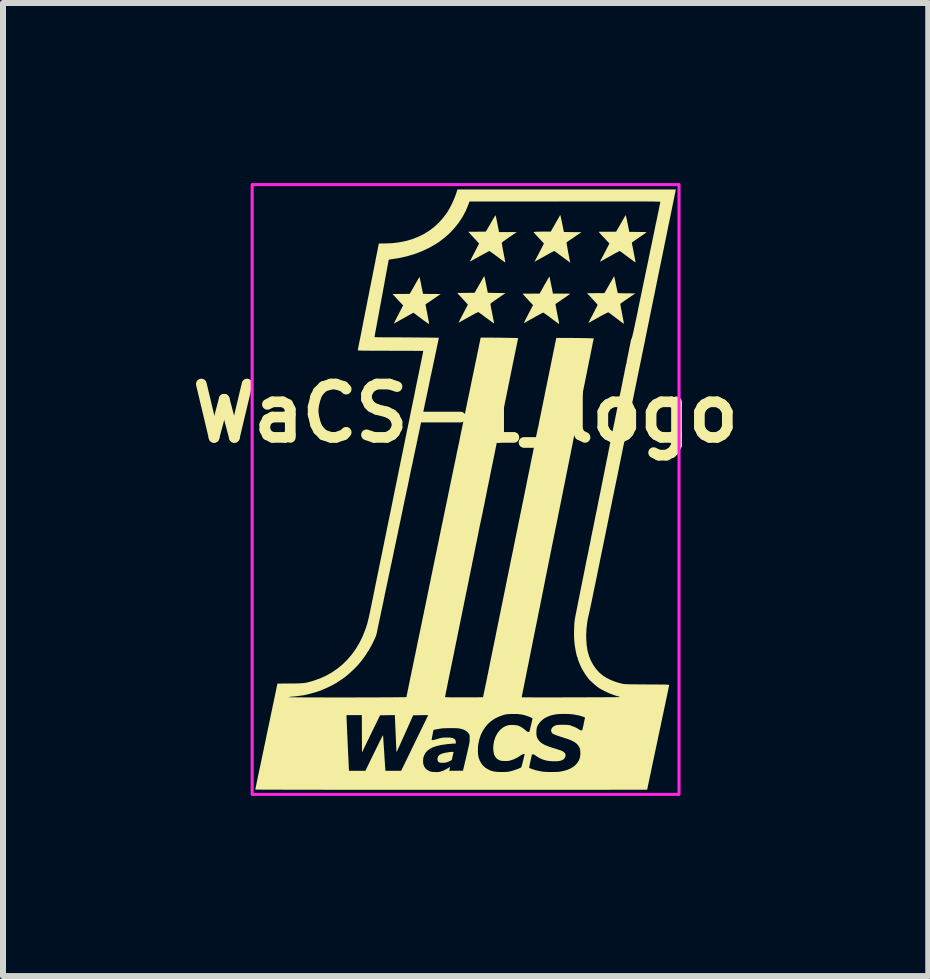
<source format=kicad_pcb>
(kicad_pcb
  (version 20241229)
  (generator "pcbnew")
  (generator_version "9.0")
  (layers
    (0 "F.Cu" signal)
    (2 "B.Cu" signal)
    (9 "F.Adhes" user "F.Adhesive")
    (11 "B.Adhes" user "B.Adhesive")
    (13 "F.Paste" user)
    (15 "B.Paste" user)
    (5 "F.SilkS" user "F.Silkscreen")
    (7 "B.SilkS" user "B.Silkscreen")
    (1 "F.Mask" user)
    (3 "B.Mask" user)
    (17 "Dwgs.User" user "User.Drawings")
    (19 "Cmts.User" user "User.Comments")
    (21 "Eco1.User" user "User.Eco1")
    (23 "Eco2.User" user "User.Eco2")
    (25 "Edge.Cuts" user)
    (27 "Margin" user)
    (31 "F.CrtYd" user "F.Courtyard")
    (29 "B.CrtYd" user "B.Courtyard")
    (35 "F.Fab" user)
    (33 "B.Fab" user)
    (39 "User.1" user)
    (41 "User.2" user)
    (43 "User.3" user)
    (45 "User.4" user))
  (footprint "WaCS-1_logo"
    (layer "F.Cu")
    (at 4.707 5.105)
    (property "Reference" "WaCS-1_logo" (at 0 -1.27 0) (layer "F.SilkS") (effects (font (size 0.889 0.889) (thickness 0.178))))
    (attr exclude_from_pos_files exclude_from_bom)
    (fp_poly (pts (xy -0.206 4.372) (xy -0.201 4.375) (xy -0.2 4.379) (xy -0.201 4.38) (xy -0.203 4.388) (xy -0.207 4.404) (xy -0.212 4.425) (xy -0.217 4.448) (xy -0.231 4.507) (xy -0.256 4.521) (xy -0.297 4.54) (xy -0.337 4.551) (xy -0.377 4.554) (xy -0.398 4.553) (xy -0.418 4.552) (xy -0.431 4.549) (xy -0.432 4.549) (xy -0.451 4.539) (xy -0.464 4.521) (xy -0.469 4.498) (xy -0.469 4.495) (xy -0.466 4.468) (xy -0.457 4.445) (xy -0.44 4.426) (xy -0.415 4.41) (xy -0.383 4.397) (xy -0.341 4.387) (xy -0.292 4.379) (xy -0.259 4.374) (xy -0.234 4.372) (xy -0.217 4.371)) (stroke (width 0) (type solid)) (fill yes) (layer "F.SilkS"))
    (fp_poly (pts (xy -0.765 -3.535) (xy -0.762 -3.521) (xy -0.758 -3.499) (xy -0.753 -3.473) (xy -0.746 -3.442) (xy -0.744 -3.433) (xy -0.738 -3.399) (xy -0.731 -3.366) (xy -0.725 -3.336) (xy -0.72 -3.312) (xy -0.716 -3.295) (xy -0.716 -3.294) (xy -0.708 -3.259) (xy -0.562 -3.258) (xy -0.416 -3.257) (xy -0.52 -3.185) (xy -0.55 -3.164) (xy -0.579 -3.144) (xy -0.605 -3.127) (xy -0.626 -3.113) (xy -0.641 -3.103) (xy -0.646 -3.099) (xy -0.659 -3.09) (xy -0.667 -3.084) (xy -0.668 -3.082) (xy -0.667 -3.077) (xy -0.665 -3.064) (xy -0.661 -3.046) (xy -0.661 -3.043) (xy -0.652 -2.998) (xy -0.643 -2.954) (xy -0.635 -2.911) (xy -0.627 -2.871) (xy -0.621 -2.835) (xy -0.615 -2.805) (xy -0.611 -2.781) (xy -0.609 -2.765) (xy -0.608 -2.757) (xy -0.608 -2.757) (xy -0.612 -2.758) (xy -0.624 -2.765) (xy -0.642 -2.777) (xy -0.666 -2.794) (xy -0.695 -2.815) (xy -0.728 -2.839) (xy -0.739 -2.848) (xy -0.869 -2.945) (xy -0.892 -2.932) (xy -0.903 -2.926) (xy -0.92 -2.917) (xy -0.945 -2.903) (xy -0.974 -2.887) (xy -1.006 -2.869) (xy -1.041 -2.849) (xy -1.055 -2.842) (xy -1.089 -2.823) (xy -1.12 -2.805) (xy -1.147 -2.79) (xy -1.17 -2.778) (xy -1.185 -2.77) (xy -1.194 -2.765) (xy -1.195 -2.764) (xy -1.193 -2.769) (xy -1.188 -2.781) (xy -1.178 -2.8) (xy -1.165 -2.826) (xy -1.15 -2.856) (xy -1.133 -2.89) (xy -1.119 -2.916) (xy -1.041 -3.067) (xy -1.13 -3.162) (xy -1.218 -3.257) (xy -1.075 -3.258) (xy -0.931 -3.259) (xy -0.849 -3.402) (xy -0.83 -3.437) (xy -0.811 -3.468) (xy -0.796 -3.495) (xy -0.783 -3.516) (xy -0.773 -3.532) (xy -0.768 -3.54) (xy -0.767 -3.541)) (stroke (width 0) (type solid)) (fill yes) (layer "F.SilkS"))
    (fp_poly (pts (xy 0.313 -3.55) (xy 0.316 -3.537) (xy 0.321 -3.516) (xy 0.327 -3.488) (xy 0.334 -3.456) (xy 0.341 -3.421) (xy 0.342 -3.416) (xy 0.37 -3.277) (xy 0.517 -3.274) (xy 0.664 -3.272) (xy 0.627 -3.246) (xy 0.61 -3.235) (xy 0.588 -3.22) (xy 0.561 -3.201) (xy 0.532 -3.181) (xy 0.503 -3.161) (xy 0.501 -3.16) (xy 0.475 -3.142) (xy 0.452 -3.125) (xy 0.433 -3.111) (xy 0.42 -3.1) (xy 0.413 -3.094) (xy 0.413 -3.093) (xy 0.414 -3.086) (xy 0.417 -3.07) (xy 0.421 -3.046) (xy 0.427 -3.014) (xy 0.435 -2.976) (xy 0.443 -2.932) (xy 0.453 -2.883) (xy 0.463 -2.83) (xy 0.467 -2.809) (xy 0.471 -2.79) (xy 0.473 -2.775) (xy 0.473 -2.767) (xy 0.473 -2.767) (xy 0.469 -2.769) (xy 0.457 -2.777) (xy 0.44 -2.79) (xy 0.417 -2.806) (xy 0.39 -2.826) (xy 0.36 -2.848) (xy 0.349 -2.856) (xy 0.318 -2.879) (xy 0.289 -2.901) (xy 0.263 -2.92) (xy 0.242 -2.935) (xy 0.227 -2.946) (xy 0.218 -2.952) (xy 0.217 -2.953) (xy 0.213 -2.954) (xy 0.206 -2.953) (xy 0.197 -2.95) (xy 0.183 -2.944) (xy 0.165 -2.935) (xy 0.14 -2.921) (xy 0.108 -2.904) (xy 0.084 -2.89) (xy 0.049 -2.871) (xy 0.015 -2.852) (xy -0.016 -2.835) (xy -0.044 -2.819) (xy -0.066 -2.807) (xy -0.079 -2.8) (xy -0.119 -2.778) (xy -0.052 -2.908) (xy -0.034 -2.942) (xy -0.017 -2.975) (xy -0.002 -3.004) (xy 0.011 -3.029) (xy 0.02 -3.047) (xy 0.026 -3.058) (xy 0.026 -3.058) (xy 0.038 -3.079) (xy 0.023 -3.097) (xy 0.015 -3.106) (xy 0.001 -3.121) (xy -0.017 -3.141) (xy -0.037 -3.162) (xy -0.051 -3.178) (xy -0.072 -3.2) (xy -0.091 -3.221) (xy -0.108 -3.239) (xy -0.12 -3.252) (xy -0.125 -3.258) (xy -0.138 -3.274) (xy 0.006 -3.276) (xy 0.15 -3.277) (xy 0.229 -3.416) (xy 0.249 -3.45) (xy 0.267 -3.481) (xy 0.282 -3.508) (xy 0.295 -3.53) (xy 0.305 -3.546) (xy 0.31 -3.554) (xy 0.311 -3.555)) (stroke (width 0) (type solid)) (fill yes) (layer "F.SilkS"))
    (fp_poly (pts (xy 1.579 -4.569) (xy 1.582 -4.556) (xy 1.587 -4.536) (xy 1.592 -4.51) (xy 1.599 -4.479) (xy 1.604 -4.456) (xy 1.611 -4.421) (xy 1.618 -4.388) (xy 1.624 -4.359) (xy 1.628 -4.335) (xy 1.632 -4.319) (xy 1.633 -4.314) (xy 1.638 -4.29) (xy 1.784 -4.288) (xy 1.93 -4.287) (xy 1.867 -4.244) (xy 1.842 -4.227) (xy 1.815 -4.209) (xy 1.788 -4.19) (xy 1.76 -4.171) (xy 1.735 -4.154) (xy 1.713 -4.139) (xy 1.696 -4.127) (xy 1.685 -4.119) (xy 1.682 -4.116) (xy 1.682 -4.111) (xy 1.684 -4.097) (xy 1.687 -4.076) (xy 1.692 -4.049) (xy 1.697 -4.017) (xy 1.704 -3.983) (xy 1.71 -3.947) (xy 1.717 -3.911) (xy 1.724 -3.875) (xy 1.73 -3.843) (xy 1.736 -3.814) (xy 1.741 -3.791) (xy 1.741 -3.788) (xy 1.743 -3.781) (xy 1.742 -3.779) (xy 1.738 -3.782) (xy 1.727 -3.791) (xy 1.709 -3.804) (xy 1.687 -3.82) (xy 1.66 -3.84) (xy 1.629 -3.863) (xy 1.614 -3.874) (xy 1.582 -3.898) (xy 1.553 -3.919) (xy 1.528 -3.938) (xy 1.506 -3.954) (xy 1.491 -3.965) (xy 1.482 -3.971) (xy 1.481 -3.972) (xy 1.478 -3.972) (xy 1.474 -3.971) (xy 1.467 -3.968) (xy 1.456 -3.963) (xy 1.442 -3.956) (xy 1.422 -3.946) (xy 1.397 -3.932) (xy 1.365 -3.914) (xy 1.325 -3.892) (xy 1.288 -3.871) (xy 1.257 -3.854) (xy 1.228 -3.838) (xy 1.202 -3.824) (xy 1.182 -3.813) (xy 1.168 -3.805) (xy 1.164 -3.803) (xy 1.146 -3.794) (xy 1.162 -3.821) (xy 1.168 -3.833) (xy 1.178 -3.852) (xy 1.192 -3.878) (xy 1.207 -3.908) (xy 1.224 -3.941) (xy 1.241 -3.973) (xy 1.305 -4.098) (xy 1.219 -4.191) (xy 1.195 -4.217) (xy 1.174 -4.24) (xy 1.156 -4.26) (xy 1.142 -4.276) (xy 1.134 -4.286) (xy 1.132 -4.289) (xy 1.137 -4.291) (xy 1.152 -4.292) (xy 1.178 -4.294) (xy 1.212 -4.295) (xy 1.257 -4.296) (xy 1.276 -4.296) (xy 1.419 -4.297) (xy 1.497 -4.434) (xy 1.516 -4.468) (xy 1.534 -4.499) (xy 1.55 -4.526) (xy 1.562 -4.548) (xy 1.571 -4.563) (xy 1.576 -4.572) (xy 1.577 -4.573)) (stroke (width 0) (type solid)) (fill yes) (layer "F.SilkS"))
    (fp_poly (pts (xy 1.404 -3.516) (xy 1.407 -3.5) (xy 1.412 -3.477) (xy 1.418 -3.447) (xy 1.425 -3.414) (xy 1.432 -3.38) (xy 1.434 -3.373) (xy 1.455 -3.264) (xy 1.601 -3.264) (xy 1.644 -3.264) (xy 1.677 -3.264) (xy 1.703 -3.264) (xy 1.72 -3.263) (xy 1.732 -3.262) (xy 1.738 -3.261) (xy 1.74 -3.259) (xy 1.739 -3.257) (xy 1.733 -3.253) (xy 1.72 -3.243) (xy 1.7 -3.229) (xy 1.676 -3.212) (xy 1.648 -3.193) (xy 1.617 -3.172) (xy 1.614 -3.17) (xy 1.584 -3.149) (xy 1.556 -3.13) (xy 1.533 -3.114) (xy 1.514 -3.101) (xy 1.502 -3.093) (xy 1.496 -3.089) (xy 1.496 -3.089) (xy 1.497 -3.084) (xy 1.5 -3.07) (xy 1.504 -3.049) (xy 1.509 -3.021) (xy 1.515 -2.987) (xy 1.523 -2.95) (xy 1.528 -2.923) (xy 1.536 -2.883) (xy 1.543 -2.847) (xy 1.549 -2.815) (xy 1.554 -2.789) (xy 1.557 -2.77) (xy 1.559 -2.758) (xy 1.559 -2.756) (xy 1.555 -2.758) (xy 1.544 -2.766) (xy 1.528 -2.777) (xy 1.508 -2.791) (xy 1.504 -2.794) (xy 1.458 -2.829) (xy 1.417 -2.86) (xy 1.381 -2.887) (xy 1.35 -2.909) (xy 1.325 -2.927) (xy 1.307 -2.939) (xy 1.296 -2.946) (xy 1.293 -2.948) (xy 1.287 -2.945) (xy 1.274 -2.939) (xy 1.254 -2.928) (xy 1.228 -2.914) (xy 1.197 -2.897) (xy 1.163 -2.878) (xy 1.13 -2.859) (xy 1.093 -2.839) (xy 1.059 -2.82) (xy 1.03 -2.804) (xy 1.005 -2.79) (xy 0.986 -2.78) (xy 0.974 -2.774) (xy 0.97 -2.772) (xy 0.972 -2.777) (xy 0.978 -2.79) (xy 0.988 -2.809) (xy 1 -2.835) (xy 1.016 -2.865) (xy 1.033 -2.899) (xy 1.046 -2.923) (xy 1.123 -3.072) (xy 1.108 -3.088) (xy 1.1 -3.097) (xy 1.086 -3.112) (xy 1.068 -3.131) (xy 1.048 -3.153) (xy 1.032 -3.17) (xy 1.011 -3.192) (xy 0.992 -3.213) (xy 0.976 -3.231) (xy 0.965 -3.243) (xy 0.96 -3.249) (xy 0.948 -3.262) (xy 1.09 -3.263) (xy 1.233 -3.264) (xy 1.296 -3.375) (xy 1.314 -3.408) (xy 1.332 -3.439) (xy 1.349 -3.468) (xy 1.363 -3.492) (xy 1.373 -3.511) (xy 1.378 -3.518) (xy 1.396 -3.55)) (stroke (width 0) (type solid)) (fill yes) (layer "F.SilkS"))
    (fp_poly (pts (xy 2.476 -3.548) (xy 2.479 -3.535) (xy 2.484 -3.515) (xy 2.49 -3.488) (xy 2.496 -3.456) (xy 2.503 -3.421) (xy 2.504 -3.418) (xy 2.511 -3.382) (xy 2.518 -3.349) (xy 2.524 -3.321) (xy 2.529 -3.298) (xy 2.532 -3.283) (xy 2.534 -3.276) (xy 2.534 -3.276) (xy 2.537 -3.274) (xy 2.546 -3.272) (xy 2.561 -3.271) (xy 2.584 -3.27) (xy 2.615 -3.269) (xy 2.654 -3.268) (xy 2.681 -3.268) (xy 2.827 -3.267) (xy 2.756 -3.218) (xy 2.707 -3.185) (xy 2.665 -3.156) (xy 2.631 -3.132) (xy 2.605 -3.114) (xy 2.588 -3.101) (xy 2.579 -3.093) (xy 2.577 -3.092) (xy 2.578 -3.086) (xy 2.58 -3.072) (xy 2.584 -3.05) (xy 2.589 -3.021) (xy 2.596 -2.987) (xy 2.603 -2.95) (xy 2.608 -2.924) (xy 2.616 -2.884) (xy 2.622 -2.848) (xy 2.628 -2.817) (xy 2.633 -2.791) (xy 2.636 -2.773) (xy 2.637 -2.762) (xy 2.637 -2.76) (xy 2.633 -2.763) (xy 2.621 -2.771) (xy 2.603 -2.784) (xy 2.58 -2.801) (xy 2.553 -2.822) (xy 2.523 -2.844) (xy 2.509 -2.854) (xy 2.478 -2.878) (xy 2.449 -2.9) (xy 2.424 -2.918) (xy 2.403 -2.934) (xy 2.388 -2.945) (xy 2.379 -2.951) (xy 2.378 -2.952) (xy 2.372 -2.95) (xy 2.358 -2.944) (xy 2.338 -2.934) (xy 2.312 -2.921) (xy 2.282 -2.905) (xy 2.249 -2.887) (xy 2.235 -2.879) (xy 2.2 -2.859) (xy 2.166 -2.841) (xy 2.135 -2.823) (xy 2.108 -2.809) (xy 2.087 -2.797) (xy 2.074 -2.79) (xy 2.071 -2.789) (xy 2.044 -2.773) (xy 2.082 -2.847) (xy 2.109 -2.898) (xy 2.131 -2.941) (xy 2.15 -2.976) (xy 2.164 -3.005) (xy 2.176 -3.028) (xy 2.184 -3.045) (xy 2.191 -3.058) (xy 2.195 -3.067) (xy 2.197 -3.073) (xy 2.197 -3.076) (xy 2.197 -3.078) (xy 2.195 -3.082) (xy 2.187 -3.092) (xy 2.175 -3.106) (xy 2.157 -3.126) (xy 2.134 -3.151) (xy 2.104 -3.183) (xy 2.068 -3.222) (xy 2.051 -3.24) (xy 2.023 -3.269) (xy 2.168 -3.271) (xy 2.313 -3.272) (xy 2.393 -3.411) (xy 2.412 -3.445) (xy 2.43 -3.476) (xy 2.446 -3.504) (xy 2.459 -3.526) (xy 2.468 -3.542) (xy 2.473 -3.551) (xy 2.474 -3.552)) (stroke (width 0) (type solid)) (fill yes) (layer "F.SilkS"))
    (fp_poly (pts (xy 0.502 -4.562) (xy 0.506 -4.547) (xy 0.51 -4.524) (xy 0.516 -4.496) (xy 0.523 -4.463) (xy 0.53 -4.427) (xy 0.53 -4.426) (xy 0.557 -4.289) (xy 0.706 -4.289) (xy 0.854 -4.289) (xy 0.834 -4.276) (xy 0.801 -4.254) (xy 0.767 -4.231) (xy 0.734 -4.208) (xy 0.702 -4.186) (xy 0.673 -4.165) (xy 0.648 -4.147) (xy 0.627 -4.132) (xy 0.612 -4.12) (xy 0.604 -4.114) (xy 0.603 -4.112) (xy 0.604 -4.106) (xy 0.606 -4.09) (xy 0.609 -4.067) (xy 0.614 -4.038) (xy 0.62 -4.004) (xy 0.627 -3.966) (xy 0.632 -3.944) (xy 0.639 -3.905) (xy 0.646 -3.869) (xy 0.652 -3.838) (xy 0.656 -3.812) (xy 0.66 -3.793) (xy 0.661 -3.783) (xy 0.661 -3.781) (xy 0.657 -3.784) (xy 0.646 -3.792) (xy 0.628 -3.805) (xy 0.605 -3.821) (xy 0.578 -3.841) (xy 0.548 -3.864) (xy 0.531 -3.877) (xy 0.499 -3.9) (xy 0.469 -3.922) (xy 0.444 -3.94) (xy 0.422 -3.956) (xy 0.407 -3.966) (xy 0.397 -3.972) (xy 0.396 -3.973) (xy 0.39 -3.971) (xy 0.377 -3.964) (xy 0.356 -3.953) (xy 0.33 -3.939) (xy 0.3 -3.922) (xy 0.265 -3.903) (xy 0.232 -3.885) (xy 0.195 -3.864) (xy 0.162 -3.846) (xy 0.132 -3.829) (xy 0.107 -3.816) (xy 0.088 -3.806) (xy 0.076 -3.8) (xy 0.072 -3.798) (xy 0.074 -3.803) (xy 0.08 -3.815) (xy 0.09 -3.835) (xy 0.102 -3.86) (xy 0.118 -3.89) (xy 0.135 -3.924) (xy 0.148 -3.948) (xy 0.225 -4.097) (xy 0.213 -4.11) (xy 0.206 -4.118) (xy 0.193 -4.132) (xy 0.176 -4.151) (xy 0.156 -4.173) (xy 0.135 -4.195) (xy 0.114 -4.218) (xy 0.094 -4.24) (xy 0.077 -4.259) (xy 0.064 -4.273) (xy 0.057 -4.28) (xy 0.045 -4.294) (xy 0.189 -4.294) (xy 0.226 -4.295) (xy 0.26 -4.295) (xy 0.29 -4.295) (xy 0.313 -4.296) (xy 0.329 -4.296) (xy 0.337 -4.297) (xy 0.337 -4.297) (xy 0.34 -4.302) (xy 0.348 -4.315) (xy 0.36 -4.334) (xy 0.374 -4.359) (xy 0.391 -4.388) (xy 0.41 -4.421) (xy 0.419 -4.437) (xy 0.438 -4.471) (xy 0.456 -4.501) (xy 0.472 -4.527) (xy 0.485 -4.547) (xy 0.494 -4.561) (xy 0.499 -4.568) (xy 0.5 -4.568)) (stroke (width 0) (type solid)) (fill yes) (layer "F.SilkS"))
    (fp_poly (pts (xy 2.669 -4.567) (xy 2.672 -4.555) (xy 2.677 -4.534) (xy 2.683 -4.508) (xy 2.69 -4.476) (xy 2.697 -4.441) (xy 2.699 -4.433) (xy 2.727 -4.292) (xy 2.874 -4.291) (xy 2.916 -4.29) (xy 2.95 -4.29) (xy 2.975 -4.289) (xy 2.992 -4.289) (xy 3.004 -4.288) (xy 3.011 -4.287) (xy 3.013 -4.285) (xy 3.012 -4.283) (xy 3.009 -4.28) (xy 3.009 -4.28) (xy 3.001 -4.275) (xy 2.987 -4.264) (xy 2.966 -4.25) (xy 2.941 -4.233) (xy 2.912 -4.213) (xy 2.883 -4.193) (xy 2.853 -4.172) (xy 2.826 -4.154) (xy 2.803 -4.137) (xy 2.785 -4.125) (xy 2.774 -4.116) (xy 2.77 -4.112) (xy 2.77 -4.112) (xy 2.77 -4.107) (xy 2.773 -4.093) (xy 2.777 -4.071) (xy 2.783 -4.042) (xy 2.789 -4.009) (xy 2.796 -3.972) (xy 2.8 -3.952) (xy 2.809 -3.907) (xy 2.816 -3.87) (xy 2.821 -3.842) (xy 2.825 -3.821) (xy 2.828 -3.806) (xy 2.829 -3.795) (xy 2.83 -3.789) (xy 2.83 -3.786) (xy 2.829 -3.785) (xy 2.827 -3.785) (xy 2.827 -3.785) (xy 2.822 -3.788) (xy 2.81 -3.796) (xy 2.792 -3.809) (xy 2.769 -3.826) (xy 2.742 -3.846) (xy 2.711 -3.869) (xy 2.698 -3.879) (xy 2.667 -3.902) (xy 2.638 -3.923) (xy 2.613 -3.942) (xy 2.592 -3.957) (xy 2.577 -3.967) (xy 2.568 -3.972) (xy 2.567 -3.973) (xy 2.561 -3.971) (xy 2.548 -3.964) (xy 2.528 -3.953) (xy 2.502 -3.94) (xy 2.472 -3.924) (xy 2.44 -3.905) (xy 2.432 -3.901) (xy 2.397 -3.882) (xy 2.363 -3.863) (xy 2.332 -3.846) (xy 2.305 -3.831) (xy 2.285 -3.819) (xy 2.271 -3.811) (xy 2.27 -3.811) (xy 2.237 -3.793) (xy 2.282 -3.879) (xy 2.3 -3.912) (xy 2.318 -3.948) (xy 2.337 -3.984) (xy 2.353 -4.016) (xy 2.362 -4.032) (xy 2.396 -4.098) (xy 2.308 -4.193) (xy 2.279 -4.223) (xy 2.257 -4.247) (xy 2.24 -4.265) (xy 2.229 -4.278) (xy 2.222 -4.287) (xy 2.22 -4.292) (xy 2.22 -4.294) (xy 2.223 -4.294) (xy 2.228 -4.294) (xy 2.243 -4.294) (xy 2.265 -4.294) (xy 2.294 -4.294) (xy 2.327 -4.294) (xy 2.364 -4.294) (xy 2.367 -4.294) (xy 2.508 -4.295) (xy 2.586 -4.431) (xy 2.605 -4.465) (xy 2.623 -4.496) (xy 2.639 -4.523) (xy 2.651 -4.545) (xy 2.661 -4.561) (xy 2.666 -4.57) (xy 2.667 -4.571)) (stroke (width 0) (type solid)) (fill yes) (layer "F.SilkS"))
    (fp_poly (pts (xy 3.495 -4.964) (xy 3.494 -4.955) (xy 3.49 -4.936) (xy 3.484 -4.909) (xy 3.477 -4.873) (xy 3.468 -4.83) (xy 3.458 -4.781) (xy 3.447 -4.725) (xy 3.434 -4.664) (xy 3.421 -4.598) (xy 3.406 -4.527) (xy 3.391 -4.454) (xy 3.375 -4.377) (xy 3.361 -4.305) (xy 3.311 -4.061) (xy 3.263 -3.826) (xy 3.216 -3.598) (xy 3.171 -3.377) (xy 3.127 -3.16) (xy 3.083 -2.946) (xy 3.04 -2.734) (xy 2.997 -2.523) (xy 2.954 -2.311) (xy 2.91 -2.097) (xy 2.865 -1.88) (xy 2.82 -1.658) (xy 2.774 -1.431) (xy 2.726 -1.195) (xy 2.701 -1.074) (xy 2.677 -0.958) (xy 2.653 -0.841) (xy 2.629 -0.723) (xy 2.605 -0.606) (xy 2.581 -0.489) (xy 2.558 -0.374) (xy 2.535 -0.261) (xy 2.512 -0.15) (xy 2.49 -0.044) (xy 2.469 0.059) (xy 2.449 0.156) (xy 2.431 0.247) (xy 2.413 0.333) (xy 2.397 0.411) (xy 2.383 0.481) (xy 2.37 0.543) (xy 2.36 0.595) (xy 2.359 0.599) (xy 2.33 0.741) (xy 2.303 0.874) (xy 2.278 0.997) (xy 2.254 1.111) (xy 2.233 1.216) (xy 2.213 1.314) (xy 2.195 1.403) (xy 2.178 1.485) (xy 2.163 1.559) (xy 2.149 1.627) (xy 2.136 1.688) (xy 2.125 1.743) (xy 2.115 1.792) (xy 2.106 1.836) (xy 2.098 1.874) (xy 2.091 1.908) (xy 2.085 1.938) (xy 2.079 1.963) (xy 2.075 1.984) (xy 2.071 2.002) (xy 2.067 2.018) (xy 2.065 2.03) (xy 2.062 2.04) (xy 2.06 2.048) (xy 2.059 2.054) (xy 2.059 2.055) (xy 2.038 2.145) (xy 2.023 2.237) (xy 2.014 2.33) (xy 2.009 2.422) (xy 2.011 2.513) (xy 2.018 2.598) (xy 2.03 2.678) (xy 2.035 2.701) (xy 2.058 2.78) (xy 2.089 2.855) (xy 2.128 2.925) (xy 2.173 2.989) (xy 2.224 3.046) (xy 2.281 3.095) (xy 2.295 3.106) (xy 2.351 3.14) (xy 2.415 3.172) (xy 2.484 3.2) (xy 2.558 3.223) (xy 2.604 3.234) (xy 2.614 3.237) (xy 2.623 3.238) (xy 2.633 3.24) (xy 2.644 3.241) (xy 2.658 3.243) (xy 2.674 3.244) (xy 2.693 3.244) (xy 2.717 3.245) (xy 2.746 3.246) (xy 2.781 3.246) (xy 2.823 3.246) (xy 2.872 3.247) (xy 2.929 3.247) (xy 2.996 3.247) (xy 3.023 3.248) (xy 3.095 3.248) (xy 3.157 3.248) (xy 3.21 3.249) (xy 3.254 3.249) (xy 3.291 3.25) (xy 3.321 3.25) (xy 3.345 3.251) (xy 3.363 3.252) (xy 3.376 3.253) (xy 3.385 3.254) (xy 3.39 3.255) (xy 3.392 3.256) (xy 3.392 3.257) (xy 3.391 3.263) (xy 3.388 3.278) (xy 3.383 3.301) (xy 3.377 3.332) (xy 3.369 3.368) (xy 3.361 3.409) (xy 3.351 3.455) (xy 3.341 3.504) (xy 3.338 3.515) (xy 3.325 3.58) (xy 3.31 3.648) (xy 3.295 3.721) (xy 3.279 3.796) (xy 3.262 3.874) (xy 3.246 3.954) (xy 3.228 4.035) (xy 3.211 4.116) (xy 3.194 4.198) (xy 3.177 4.278) (xy 3.16 4.358) (xy 3.144 4.436) (xy 3.128 4.511) (xy 3.112 4.583) (xy 3.098 4.652) (xy 3.085 4.716) (xy 3.072 4.775) (xy 3.061 4.829) (xy 3.051 4.876) (xy 3.042 4.917) (xy 3.035 4.951) (xy 3.03 4.976) (xy 3.026 4.993) (xy 3.025 5.001) (xy 3.025 5.001) (xy 3.019 5.001) (xy 3.004 5.001) (xy 2.98 5.002) (xy 2.946 5.002) (xy 2.903 5.002) (xy 2.851 5.002) (xy 2.79 5.002) (xy 2.721 5.002) (xy 2.644 5.002) (xy 2.559 5.002) (xy 2.467 5.002) (xy 2.368 5.003) (xy 2.261 5.003) (xy 2.148 5.003) (xy 2.029 5.003) (xy 1.903 5.003) (xy 1.772 5.003) (xy 1.634 5.003) (xy 1.492 5.003) (xy 1.344 5.003) (xy 1.192 5.003) (xy 1.035 5.003) (xy 0.874 5.003) (xy 0.709 5.003) (xy 0.54 5.003) (xy 0.367 5.003) (xy 0.192 5.003) (xy 0.013 5.003) (xy -0.168 5.003) (xy -0.24 5.003) (xy -0.422 5.003) (xy -0.601 5.003) (xy -0.778 5.003) (xy -0.952 5.003) (xy -1.122 5.003) (xy -1.289 5.003) (xy -1.451 5.003) (xy -1.61 5.003) (xy -1.764 5.003) (xy -1.914 5.003) (xy -2.058 5.003) (xy -2.198 5.003) (xy -2.331 5.003) (xy -2.459 5.002) (xy -2.581 5.002) (xy -2.697 5.002) (xy -2.806 5.002) (xy -2.908 5.002) (xy -3.003 5.002) (xy -3.091 5.001) (xy -3.171 5.001) (xy -3.243 5.001) (xy -3.307 5.001) (xy -3.363 5.001) (xy -3.409 5) (xy -3.447 5) (xy -3.475 5) (xy -3.494 5) (xy -3.503 4.999) (xy -3.504 4.999) (xy -3.503 4.994) (xy -3.5 4.979) (xy -3.495 4.956) (xy -3.489 4.926) (xy -3.482 4.89) (xy -3.473 4.849) (xy -3.464 4.804) (xy -3.454 4.755) (xy -3.451 4.743) (xy -3.443 4.705) (xy -3.433 4.657) (xy -3.421 4.602) (xy -3.408 4.54) (xy -3.394 4.471) (xy -3.378 4.397) (xy -3.362 4.319) (xy -3.345 4.238) (xy -3.327 4.154) (xy -3.31 4.069) (xy -3.292 3.984) (xy -3.274 3.899) (xy -3.266 3.863) (xy -3.245 3.759) (xy -1.984 3.759) (xy -1.984 3.781) (xy -1.984 3.789) (xy -1.983 3.807) (xy -1.982 3.833) (xy -1.981 3.867) (xy -1.979 3.908) (xy -1.977 3.956) (xy -1.974 4.009) (xy -1.972 4.067) (xy -1.969 4.128) (xy -1.966 4.193) (xy -1.964 4.244) (xy -1.961 4.31) (xy -1.958 4.373) (xy -1.955 4.432) (xy -1.952 4.487) (xy -1.95 4.537) (xy -1.948 4.581) (xy -1.946 4.618) (xy -1.945 4.648) (xy -1.944 4.67) (xy -1.943 4.683) (xy -1.943 4.686) (xy -1.938 4.686) (xy -1.925 4.687) (xy -1.903 4.687) (xy -1.876 4.687) (xy -1.843 4.687) (xy -1.807 4.687) (xy -1.807 4.687) (xy -1.67 4.687) (xy -1.525 4.389) (xy -1.5 4.338) (xy -1.476 4.289) (xy -1.454 4.245) (xy -1.434 4.204) (xy -1.416 4.169) (xy -1.401 4.14) (xy -1.39 4.117) (xy -1.381 4.102) (xy -1.377 4.095) (xy -1.377 4.095) (xy -1.376 4.1) (xy -1.374 4.115) (xy -1.372 4.138) (xy -1.37 4.169) (xy -1.368 4.205) (xy -1.365 4.247) (xy -1.362 4.294) (xy -1.358 4.344) (xy -1.357 4.363) (xy -1.354 4.415) (xy -1.351 4.465) (xy -1.348 4.512) (xy -1.345 4.554) (xy -1.343 4.59) (xy -1.341 4.62) (xy -1.339 4.642) (xy -1.338 4.656) (xy -1.338 4.658) (xy -1.335 4.687) (xy -1.204 4.687) (xy -1.074 4.687) (xy -0.996 4.527) (xy -0.709 4.527) (xy -0.705 4.572) (xy -0.692 4.611) (xy -0.671 4.644) (xy -0.642 4.671) (xy -0.604 4.692) (xy -0.59 4.698) (xy -0.571 4.702) (xy -0.545 4.706) (xy -0.515 4.707) (xy -0.484 4.708) (xy -0.456 4.707) (xy -0.433 4.704) (xy -0.426 4.702) (xy -0.374 4.685) (xy -0.326 4.662) (xy -0.302 4.648) (xy -0.259 4.621) (xy -0.262 4.637) (xy -0.266 4.655) (xy -0.269 4.671) (xy -0.272 4.687) (xy -0.158 4.686) (xy -0.044 4.685) (xy 0.012 4.45) (xy 0.025 4.395) (xy 0.035 4.349) (xy 0.041 4.324) (xy 0.205 4.324) (xy 0.205 4.367) (xy 0.208 4.407) (xy 0.212 4.442) (xy 0.217 4.465) (xy 0.236 4.518) (xy 0.263 4.565) (xy 0.296 4.606) (xy 0.335 4.639) (xy 0.34 4.642) (xy 0.375 4.663) (xy 0.41 4.68) (xy 0.446 4.692) (xy 0.486 4.7) (xy 0.532 4.705) (xy 0.584 4.707) (xy 0.604 4.707) (xy 0.639 4.707) (xy 0.667 4.706) (xy 0.689 4.705) (xy 0.71 4.702) (xy 0.731 4.698) (xy 0.746 4.695) (xy 0.769 4.689) (xy 0.796 4.681) (xy 0.824 4.672) (xy 0.853 4.662) (xy 0.879 4.652) (xy 0.902 4.642) (xy 0.916 4.636) (xy 1.059 4.636) (xy 1.059 4.637) (xy 1.065 4.641) (xy 1.078 4.646) (xy 1.098 4.654) (xy 1.12 4.662) (xy 1.145 4.67) (xy 1.169 4.677) (xy 1.189 4.682) (xy 1.215 4.688) (xy 1.246 4.694) (xy 1.274 4.699) (xy 1.277 4.7) (xy 1.302 4.702) (xy 1.334 4.705) (xy 1.372 4.706) (xy 1.412 4.707) (xy 1.453 4.707) (xy 1.492 4.706) (xy 1.526 4.705) (xy 1.554 4.703) (xy 1.564 4.702) (xy 1.633 4.689) (xy 1.695 4.671) (xy 1.751 4.646) (xy 1.799 4.617) (xy 1.839 4.582) (xy 1.87 4.543) (xy 1.884 4.519) (xy 1.899 4.484) (xy 1.908 4.45) (xy 1.912 4.413) (xy 1.912 4.376) (xy 1.91 4.35) (xy 1.907 4.33) (xy 1.902 4.312) (xy 1.895 4.296) (xy 1.875 4.263) (xy 1.848 4.233) (xy 1.811 4.206) (xy 1.765 4.182) (xy 1.71 4.16) (xy 1.677 4.149) (xy 1.623 4.132) (xy 1.577 4.117) (xy 1.54 4.105) (xy 1.51 4.094) (xy 1.486 4.085) (xy 1.468 4.077) (xy 1.454 4.069) (xy 1.444 4.061) (xy 1.437 4.054) (xy 1.432 4.045) (xy 1.429 4.038) (xy 1.424 4.013) (xy 1.429 3.99) (xy 1.443 3.968) (xy 1.451 3.96) (xy 1.466 3.947) (xy 1.483 3.937) (xy 1.502 3.929) (xy 1.526 3.924) (xy 1.556 3.921) (xy 1.593 3.92) (xy 1.619 3.92) (xy 1.653 3.92) (xy 1.679 3.921) (xy 1.699 3.922) (xy 1.716 3.924) (xy 1.732 3.927) (xy 1.746 3.931) (xy 1.786 3.945) (xy 1.825 3.961) (xy 1.86 3.979) (xy 1.887 3.996) (xy 1.906 4.008) (xy 1.924 4.014) (xy 1.937 4.013) (xy 1.945 4.006) (xy 1.945 4.005) (xy 1.947 3.998) (xy 1.95 3.983) (xy 1.955 3.962) (xy 1.961 3.937) (xy 1.967 3.91) (xy 1.972 3.882) (xy 1.978 3.855) (xy 1.983 3.832) (xy 1.987 3.815) (xy 1.989 3.804) (xy 1.989 3.801) (xy 1.985 3.797) (xy 1.972 3.792) (xy 1.953 3.784) (xy 1.93 3.777) (xy 1.905 3.769) (xy 1.896 3.767) (xy 1.84 3.755) (xy 1.782 3.746) (xy 1.719 3.741) (xy 1.65 3.739) (xy 1.641 3.739) (xy 1.585 3.74) (xy 1.537 3.742) (xy 1.494 3.748) (xy 1.454 3.756) (xy 1.416 3.766) (xy 1.405 3.77) (xy 1.359 3.788) (xy 1.32 3.808) (xy 1.285 3.833) (xy 1.254 3.861) (xy 1.225 3.894) (xy 1.203 3.927) (xy 1.189 3.961) (xy 1.181 4) (xy 1.179 4.045) (xy 1.179 4.062) (xy 1.181 4.088) (xy 1.183 4.108) (xy 1.187 4.124) (xy 1.194 4.139) (xy 1.195 4.142) (xy 1.21 4.168) (xy 1.228 4.191) (xy 1.25 4.213) (xy 1.277 4.232) (xy 1.31 4.251) (xy 1.35 4.269) (xy 1.398 4.287) (xy 1.454 4.306) (xy 1.483 4.314) (xy 1.514 4.324) (xy 1.544 4.333) (xy 1.57 4.342) (xy 1.59 4.349) (xy 1.6 4.353) (xy 1.631 4.37) (xy 1.652 4.39) (xy 1.664 4.411) (xy 1.666 4.435) (xy 1.658 4.46) (xy 1.645 4.482) (xy 1.626 4.5) (xy 1.6 4.513) (xy 1.567 4.522) (xy 1.527 4.527) (xy 1.477 4.528) (xy 1.452 4.528) (xy 1.388 4.523) (xy 1.331 4.513) (xy 1.278 4.496) (xy 1.228 4.473) (xy 1.179 4.442) (xy 1.174 4.438) (xy 1.153 4.424) (xy 1.139 4.416) (xy 1.127 4.413) (xy 1.12 4.413) (xy 1.105 4.414) (xy 1.081 4.524) (xy 1.074 4.556) (xy 1.068 4.585) (xy 1.064 4.609) (xy 1.06 4.626) (xy 1.059 4.636) (xy 0.916 4.636) (xy 0.918 4.635) (xy 0.926 4.629) (xy 0.929 4.623) (xy 0.934 4.608) (xy 0.94 4.586) (xy 0.947 4.56) (xy 0.955 4.529) (xy 0.956 4.524) (xy 0.964 4.493) (xy 0.97 4.465) (xy 0.976 4.442) (xy 0.98 4.425) (xy 0.982 4.416) (xy 0.983 4.416) (xy 0.982 4.409) (xy 0.975 4.407) (xy 0.97 4.407) (xy 0.955 4.41) (xy 0.934 4.421) (xy 0.912 4.435) (xy 0.856 4.47) (xy 0.801 4.496) (xy 0.749 4.513) (xy 0.745 4.515) (xy 0.722 4.52) (xy 0.701 4.523) (xy 0.678 4.524) (xy 0.65 4.523) (xy 0.643 4.523) (xy 0.616 4.522) (xy 0.596 4.52) (xy 0.58 4.517) (xy 0.567 4.512) (xy 0.555 4.507) (xy 0.522 4.486) (xy 0.496 4.457) (xy 0.478 4.423) (xy 0.474 4.413) (xy 0.464 4.363) (xy 0.46 4.309) (xy 0.464 4.252) (xy 0.474 4.195) (xy 0.491 4.14) (xy 0.504 4.108) (xy 0.534 4.055) (xy 0.57 4.01) (xy 0.61 3.974) (xy 0.655 3.947) (xy 0.701 3.93) (xy 0.727 3.925) (xy 0.759 3.923) (xy 0.794 3.923) (xy 0.829 3.926) (xy 0.861 3.93) (xy 0.883 3.937) (xy 0.921 3.955) (xy 0.961 3.981) (xy 0.999 4.012) (xy 1.001 4.013) (xy 1.017 4.027) (xy 1.028 4.035) (xy 1.038 4.039) (xy 1.046 4.039) (xy 1.063 4.037) (xy 1.09 3.925) (xy 1.098 3.893) (xy 1.104 3.864) (xy 1.11 3.84) (xy 1.113 3.823) (xy 1.115 3.813) (xy 1.115 3.811) (xy 1.11 3.809) (xy 1.097 3.803) (xy 1.079 3.795) (xy 1.067 3.789) (xy 1.015 3.77) (xy 0.964 3.755) (xy 0.911 3.746) (xy 0.854 3.74) (xy 0.79 3.74) (xy 0.769 3.74) (xy 0.733 3.741) (xy 0.706 3.743) (xy 0.683 3.745) (xy 0.663 3.749) (xy 0.644 3.753) (xy 0.633 3.756) (xy 0.559 3.782) (xy 0.49 3.815) (xy 0.428 3.857) (xy 0.373 3.905) (xy 0.326 3.961) (xy 0.285 4.023) (xy 0.252 4.091) (xy 0.228 4.165) (xy 0.211 4.244) (xy 0.207 4.282) (xy 0.205 4.324) (xy 0.041 4.324) (xy 0.044 4.311) (xy 0.051 4.279) (xy 0.057 4.254) (xy 0.061 4.232) (xy 0.064 4.215) (xy 0.066 4.2) (xy 0.067 4.186) (xy 0.068 4.173) (xy 0.068 4.159) (xy 0.068 4.157) (xy 0.068 4.13) (xy 0.068 4.112) (xy 0.066 4.098) (xy 0.063 4.088) (xy 0.058 4.077) (xy 0.037 4.048) (xy 0.008 4.023) (xy -0.028 4.003) (xy -0.074 3.988) (xy -0.086 3.985) (xy -0.101 3.982) (xy -0.116 3.98) (xy -0.135 3.978) (xy -0.158 3.977) (xy -0.187 3.976) (xy -0.223 3.976) (xy -0.252 3.976) (xy -0.294 3.976) (xy -0.327 3.977) (xy -0.354 3.978) (xy -0.377 3.979) (xy -0.398 3.981) (xy -0.419 3.984) (xy -0.443 3.988) (xy -0.456 3.99) (xy -0.483 3.995) (xy -0.505 3.999) (xy -0.523 4.003) (xy -0.532 4.005) (xy -0.534 4.006) (xy -0.536 4.011) (xy -0.539 4.024) (xy -0.543 4.044) (xy -0.547 4.067) (xy -0.552 4.092) (xy -0.557 4.117) (xy -0.561 4.139) (xy -0.564 4.157) (xy -0.566 4.169) (xy -0.566 4.171) (xy -0.563 4.175) (xy -0.554 4.176) (xy -0.538 4.174) (xy -0.514 4.169) (xy -0.482 4.16) (xy -0.464 4.154) (xy -0.435 4.146) (xy -0.411 4.14) (xy -0.389 4.136) (xy -0.365 4.134) (xy -0.335 4.133) (xy -0.333 4.133) (xy -0.285 4.132) (xy -0.245 4.135) (xy -0.214 4.142) (xy -0.191 4.153) (xy -0.175 4.167) (xy -0.166 4.187) (xy -0.163 4.21) (xy -0.163 4.233) (xy -0.189 4.233) (xy -0.21 4.234) (xy -0.239 4.236) (xy -0.273 4.239) (xy -0.31 4.243) (xy -0.347 4.248) (xy -0.381 4.253) (xy -0.411 4.257) (xy -0.419 4.259) (xy -0.486 4.275) (xy -0.545 4.295) (xy -0.594 4.321) (xy -0.635 4.351) (xy -0.667 4.386) (xy -0.69 4.426) (xy -0.704 4.471) (xy -0.709 4.521) (xy -0.709 4.527) (xy -0.996 4.527) (xy -0.921 4.372) (xy -0.893 4.314) (xy -0.864 4.255) (xy -0.835 4.195) (xy -0.807 4.137) (xy -0.78 4.082) (xy -0.755 4.03) (xy -0.732 3.983) (xy -0.712 3.943) (xy -0.697 3.911) (xy -0.695 3.908) (xy -0.623 3.759) (xy -0.749 3.76) (xy -0.874 3.762) (xy -1.012 4.072) (xy -1.036 4.125) (xy -1.058 4.174) (xy -1.079 4.22) (xy -1.097 4.261) (xy -1.114 4.298) (xy -1.128 4.328) (xy -1.139 4.351) (xy -1.147 4.367) (xy -1.151 4.375) (xy -1.151 4.375) (xy -1.152 4.369) (xy -1.153 4.354) (xy -1.154 4.331) (xy -1.155 4.301) (xy -1.157 4.265) (xy -1.159 4.224) (xy -1.161 4.18) (xy -1.163 4.133) (xy -1.165 4.085) (xy -1.167 4.037) (xy -1.169 3.99) (xy -1.171 3.944) (xy -1.173 3.902) (xy -1.175 3.864) (xy -1.176 3.831) (xy -1.177 3.804) (xy -1.178 3.785) (xy -1.178 3.775) (xy -1.178 3.774) (xy -1.178 3.759) (xy -1.302 3.76) (xy -1.425 3.762) (xy -1.576 4.071) (xy -1.726 4.381) (xy -1.728 4.07) (xy -1.729 3.759) (xy -1.857 3.759) (xy -1.984 3.759) (xy -3.245 3.759) (xy -3.182 3.46) (xy -2.944 3.46) (xy -2.94 3.46) (xy -2.925 3.461) (xy -2.902 3.462) (xy -2.87 3.462) (xy -2.831 3.462) (xy -2.784 3.463) (xy -2.731 3.463) (xy -2.671 3.464) (xy -2.606 3.464) (xy -2.537 3.464) (xy -2.463 3.464) (xy -2.386 3.464) (xy -2.305 3.465) (xy -2.223 3.465) (xy -2.138 3.465) (xy -2.052 3.465) (xy -1.966 3.465) (xy -1.88 3.465) (xy -1.794 3.464) (xy -1.709 3.464) (xy -1.627 3.464) (xy -1.546 3.464) (xy -1.469 3.464) (xy -1.395 3.463) (xy -1.326 3.463) (xy -1.261 3.463) (xy -1.202 3.462) (xy -1.148 3.462) (xy -1.102 3.461) (xy -1.062 3.461) (xy -1.03 3.46) (xy -1.007 3.46) (xy -0.993 3.459) (xy -0.988 3.459) (xy -0.984 3.451) (xy -0.981 3.438) (xy -0.981 3.437) (xy -0.979 3.424) (xy -0.975 3.405) (xy -0.971 3.382) (xy -0.968 3.371) (xy -0.965 3.355) (xy -0.96 3.33) (xy -0.953 3.298) (xy -0.946 3.261) (xy -0.937 3.22) (xy -0.928 3.176) (xy -0.921 3.139) (xy -0.91 3.09) (xy -0.9 3.038) (xy -0.889 2.986) (xy -0.878 2.935) (xy -0.869 2.888) (xy -0.86 2.847) (xy -0.857 2.831) (xy -0.848 2.786) (xy -0.837 2.736) (xy -0.826 2.684) (xy -0.816 2.634) (xy -0.807 2.589) (xy -0.806 2.583) (xy -0.798 2.544) (xy -0.789 2.503) (xy -0.781 2.462) (xy -0.773 2.426) (xy -0.767 2.396) (xy -0.765 2.387) (xy -0.759 2.36) (xy -0.752 2.325) (xy -0.744 2.286) (xy -0.735 2.245) (xy -0.727 2.204) (xy -0.724 2.188) (xy -0.715 2.144) (xy -0.704 2.094) (xy -0.693 2.041) (xy -0.683 1.991) (xy -0.674 1.946) (xy -0.672 1.941) (xy -0.665 1.905) (xy -0.658 1.872) (xy -0.652 1.842) (xy -0.647 1.818) (xy -0.644 1.802) (xy -0.643 1.795) (xy -0.64 1.785) (xy -0.637 1.766) (xy -0.631 1.74) (xy -0.625 1.707) (xy -0.617 1.67) (xy -0.609 1.63) (xy -0.602 1.596) (xy -0.592 1.55) (xy -0.582 1.502) (xy -0.573 1.454) (xy -0.563 1.409) (xy -0.555 1.369) (xy -0.548 1.336) (xy -0.546 1.324) (xy -0.538 1.284) (xy -0.528 1.24) (xy -0.519 1.193) (xy -0.51 1.15) (xy -0.505 1.127) (xy -0.497 1.089) (xy -0.488 1.045) (xy -0.478 0.998) (xy -0.469 0.953) (xy -0.462 0.918) (xy -0.453 0.877) (xy -0.444 0.833) (xy -0.435 0.787) (xy -0.425 0.741) (xy -0.416 0.696) (xy -0.407 0.652) (xy -0.399 0.612) (xy -0.391 0.577) (xy -0.385 0.547) (xy -0.38 0.525) (xy -0.378 0.511) (xy -0.377 0.51) (xy -0.375 0.499) (xy -0.371 0.48) (xy -0.366 0.453) (xy -0.359 0.422) (xy -0.352 0.386) (xy -0.344 0.349) (xy -0.335 0.303) (xy -0.324 0.251) (xy -0.312 0.196) (xy -0.301 0.142) (xy -0.291 0.094) (xy -0.288 0.077) (xy -0.279 0.034) (xy -0.269 -0.012) (xy -0.26 -0.058) (xy -0.251 -0.101) (xy -0.243 -0.139) (xy -0.24 -0.156) (xy -0.208 -0.311) (xy -0.175 -0.468) (xy -0.156 -0.561) (xy -0.147 -0.605) (xy -0.14 -0.64) (xy -0.134 -0.667) (xy -0.129 -0.689) (xy -0.126 -0.706) (xy -0.123 -0.719) (xy -0.121 -0.729) (xy -0.119 -0.739) (xy -0.116 -0.749) (xy -0.115 -0.757) (xy -0.11 -0.778) (xy -0.106 -0.796) (xy -0.104 -0.808) (xy -0.102 -0.818) (xy -0.099 -0.836) (xy -0.093 -0.863) (xy -0.087 -0.896) (xy -0.079 -0.934) (xy -0.07 -0.978) (xy -0.06 -1.025) (xy -0.05 -1.074) (xy -0.04 -1.125) (xy -0.029 -1.176) (xy -0.019 -1.226) (xy -0.009 -1.275) (xy 0.001 -1.32) (xy 0.009 -1.362) (xy 0.01 -1.367) (xy 0.016 -1.394) (xy 0.023 -1.428) (xy 0.031 -1.468) (xy 0.04 -1.509) (xy 0.048 -1.55) (xy 0.052 -1.566) (xy 0.061 -1.61) (xy 0.071 -1.66) (xy 0.082 -1.711) (xy 0.092 -1.761) (xy 0.101 -1.805) (xy 0.102 -1.811) (xy 0.11 -1.846) (xy 0.118 -1.89) (xy 0.129 -1.938) (xy 0.139 -1.989) (xy 0.15 -2.041) (xy 0.16 -2.09) (xy 0.163 -2.106) (xy 0.173 -2.151) (xy 0.182 -2.196) (xy 0.191 -2.24) (xy 0.199 -2.28) (xy 0.207 -2.314) (xy 0.212 -2.342) (xy 0.215 -2.354) (xy 0.221 -2.382) (xy 0.226 -2.409) (xy 0.231 -2.432) (xy 0.234 -2.448) (xy 0.235 -2.451) (xy 0.239 -2.472) (xy 0.243 -2.495) (xy 0.245 -2.503) (xy 0.251 -2.53) (xy 0.418 -2.53) (xy 0.467 -2.53) (xy 0.522 -2.529) (xy 0.579 -2.529) (xy 0.635 -2.528) (xy 0.686 -2.527) (xy 0.73 -2.526) (xy 0.875 -2.523) (xy 0.843 -2.365) (xy 0.833 -2.317) (xy 0.822 -2.263) (xy 0.81 -2.205) (xy 0.798 -2.146) (xy 0.786 -2.089) (xy 0.776 -2.038) (xy 0.775 -2.033) (xy 0.766 -1.99) (xy 0.758 -1.949) (xy 0.75 -1.911) (xy 0.743 -1.877) (xy 0.737 -1.85) (xy 0.733 -1.829) (xy 0.732 -1.821) (xy 0.729 -1.806) (xy 0.724 -1.783) (xy 0.718 -1.754) (xy 0.711 -1.719) (xy 0.704 -1.68) (xy 0.695 -1.639) (xy 0.691 -1.619) (xy 0.682 -1.573) (xy 0.672 -1.524) (xy 0.661 -1.474) (xy 0.652 -1.426) (xy 0.643 -1.383) (xy 0.636 -1.347) (xy 0.635 -1.344) (xy 0.627 -1.306) (xy 0.618 -1.26) (xy 0.608 -1.212) (xy 0.598 -1.162) (xy 0.588 -1.116) (xy 0.584 -1.097) (xy 0.576 -1.06) (xy 0.569 -1.026) (xy 0.563 -0.997) (xy 0.559 -0.973) (xy 0.555 -0.956) (xy 0.554 -0.948) (xy 0.553 -0.945) (xy 0.552 -0.939) (xy 0.55 -0.93) (xy 0.548 -0.917) (xy 0.544 -0.901) (xy 0.54 -0.88) (xy 0.535 -0.855) (xy 0.529 -0.823) (xy 0.521 -0.786) (xy 0.512 -0.743) (xy 0.502 -0.693) (xy 0.49 -0.635) (xy 0.477 -0.57) (xy 0.462 -0.496) (xy 0.445 -0.414) (xy 0.426 -0.322) (xy 0.417 -0.278) (xy 0.407 -0.226) (xy 0.397 -0.176) (xy 0.387 -0.13) (xy 0.379 -0.088) (xy 0.371 -0.052) (xy 0.365 -0.022) (xy 0.361 0.000274) (xy 0.358 0.014) (xy 0.357 0.018) (xy 0.352 0.043) (xy 0.346 0.075) (xy 0.339 0.112) (xy 0.33 0.154) (xy 0.321 0.198) (xy 0.312 0.245) (xy 0.302 0.293) (xy 0.292 0.34) (xy 0.283 0.386) (xy 0.274 0.43) (xy 0.265 0.471) (xy 0.257 0.508) (xy 0.251 0.538) (xy 0.246 0.563) (xy 0.242 0.579) (xy 0.24 0.587) (xy 0.24 0.588) (xy 0.236 0.6) (xy 0.235 0.609) (xy 0.234 0.616) (xy 0.231 0.632) (xy 0.226 0.656) (xy 0.22 0.687) (xy 0.213 0.723) (xy 0.205 0.762) (xy 0.197 0.805) (xy 0.196 0.809) (xy 0.187 0.852) (xy 0.179 0.892) (xy 0.171 0.928) (xy 0.165 0.959) (xy 0.16 0.984) (xy 0.156 1.001) (xy 0.155 1.01) (xy 0.155 1.01) (xy 0.153 1.02) (xy 0.149 1.037) (xy 0.145 1.06) (xy 0.14 1.084) (xy 0.136 1.101) (xy 0.131 1.127) (xy 0.124 1.161) (xy 0.116 1.201) (xy 0.107 1.245) (xy 0.098 1.293) (xy 0.087 1.344) (xy 0.077 1.396) (xy 0.076 1.398) (xy 0.067 1.442) (xy 0.057 1.494) (xy 0.045 1.552) (xy 0.032 1.615) (xy 0.018 1.683) (xy 0.003 1.755) (xy -0.012 1.83) (xy -0.028 1.908) (xy -0.044 1.987) (xy -0.06 2.066) (xy -0.076 2.145) (xy -0.092 2.223) (xy -0.107 2.3) (xy -0.123 2.374) (xy -0.137 2.444) (xy -0.15 2.51) (xy -0.163 2.571) (xy -0.174 2.627) (xy -0.184 2.675) (xy -0.192 2.716) (xy -0.199 2.749) (xy -0.204 2.773) (xy -0.204 2.775) (xy -0.206 2.785) (xy -0.21 2.803) (xy -0.215 2.83) (xy -0.222 2.862) (xy -0.23 2.9) (xy -0.238 2.942) (xy -0.248 2.986) (xy -0.25 2.999) (xy -0.259 3.043) (xy -0.268 3.085) (xy -0.276 3.123) (xy -0.282 3.155) (xy -0.288 3.182) (xy -0.292 3.201) (xy -0.294 3.212) (xy -0.294 3.213) (xy -0.296 3.222) (xy -0.299 3.239) (xy -0.304 3.263) (xy -0.31 3.291) (xy -0.316 3.324) (xy -0.319 3.338) (xy -0.326 3.37) (xy -0.332 3.4) (xy -0.336 3.425) (xy -0.34 3.444) (xy -0.342 3.454) (xy -0.342 3.456) (xy -0.34 3.458) (xy -0.335 3.459) (xy -0.326 3.46) (xy -0.313 3.461) (xy -0.293 3.462) (xy -0.268 3.462) (xy -0.236 3.463) (xy -0.196 3.463) (xy -0.149 3.463) (xy -0.092 3.463) (xy -0.026 3.463) (xy -0.026 3.463) (xy 0.03 3.463) (xy 0.083 3.463) (xy 0.131 3.463) (xy 0.175 3.463) (xy 0.213 3.462) (xy 0.245 3.462) (xy 0.269 3.462) (xy 0.284 3.462) (xy 0.291 3.461) (xy 0.291 3.461) (xy 0.292 3.456) (xy 0.294 3.442) (xy 0.298 3.424) (xy 0.301 3.409) (xy 0.304 3.395) (xy 0.309 3.373) (xy 0.315 3.344) (xy 0.322 3.309) (xy 0.33 3.27) (xy 0.339 3.228) (xy 0.348 3.185) (xy 0.357 3.141) (xy 0.365 3.098) (xy 0.374 3.058) (xy 0.381 3.022) (xy 0.387 2.992) (xy 0.392 2.968) (xy 0.395 2.952) (xy 0.396 2.948) (xy 0.398 2.938) (xy 0.402 2.92) (xy 0.406 2.898) (xy 0.408 2.887) (xy 0.411 2.872) (xy 0.416 2.849) (xy 0.422 2.818) (xy 0.43 2.781) (xy 0.438 2.738) (xy 0.448 2.691) (xy 0.458 2.641) (xy 0.469 2.589) (xy 0.472 2.573) (xy 0.483 2.522) (xy 0.493 2.473) (xy 0.502 2.428) (xy 0.51 2.387) (xy 0.517 2.352) (xy 0.523 2.323) (xy 0.527 2.302) (xy 0.53 2.29) (xy 0.53 2.288) (xy 0.533 2.276) (xy 0.537 2.255) (xy 0.542 2.227) (xy 0.55 2.192) (xy 0.558 2.151) (xy 0.567 2.106) (xy 0.577 2.058) (xy 0.587 2.008) (xy 0.597 1.957) (xy 0.608 1.905) (xy 0.618 1.856) (xy 0.627 1.811) (xy 0.637 1.764) (xy 0.647 1.714) (xy 0.658 1.661) (xy 0.668 1.611) (xy 0.677 1.565) (xy 0.683 1.535) (xy 0.697 1.466) (xy 0.713 1.389) (xy 0.73 1.304) (xy 0.749 1.211) (xy 0.77 1.109) (xy 0.793 0.998) (xy 0.811 0.908) (xy 0.821 0.859) (xy 0.831 0.809) (xy 0.841 0.759) (xy 0.851 0.712) (xy 0.86 0.67) (xy 0.867 0.634) (xy 0.872 0.607) (xy 0.878 0.579) (xy 0.885 0.542) (xy 0.894 0.5) (xy 0.904 0.453) (xy 0.914 0.403) (xy 0.924 0.353) (xy 0.934 0.306) (xy 0.943 0.261) (xy 0.952 0.219) (xy 0.96 0.18) (xy 0.967 0.146) (xy 0.972 0.119) (xy 0.976 0.098) (xy 0.979 0.086) (xy 0.979 0.084) (xy 0.982 0.072) (xy 0.986 0.05) (xy 0.992 0.021) (xy 0.999 -0.016) (xy 1.008 -0.059) (xy 1.018 -0.106) (xy 1.028 -0.158) (xy 1.039 -0.213) (xy 1.051 -0.27) (xy 1.063 -0.328) (xy 1.075 -0.387) (xy 1.086 -0.444) (xy 1.097 -0.499) (xy 1.11 -0.56) (xy 1.123 -0.624) (xy 1.136 -0.689) (xy 1.149 -0.751) (xy 1.16 -0.808) (xy 1.166 -0.836) (xy 1.174 -0.88) (xy 1.183 -0.92) (xy 1.19 -0.956) (xy 1.197 -0.987) (xy 1.202 -1.011) (xy 1.206 -1.028) (xy 1.209 -1.036) (xy 1.209 -1.037) (xy 1.213 -1.049) (xy 1.214 -1.057) (xy 1.215 -1.065) (xy 1.218 -1.081) (xy 1.222 -1.105) (xy 1.228 -1.136) (xy 1.235 -1.171) (xy 1.243 -1.211) (xy 1.252 -1.254) (xy 1.253 -1.258) (xy 1.263 -1.308) (xy 1.271 -1.349) (xy 1.278 -1.382) (xy 1.284 -1.409) (xy 1.288 -1.43) (xy 1.292 -1.448) (xy 1.294 -1.461) (xy 1.297 -1.473) (xy 1.299 -1.484) (xy 1.301 -1.495) (xy 1.304 -1.508) (xy 1.306 -1.52) (xy 1.309 -1.534) (xy 1.314 -1.558) (xy 1.32 -1.589) (xy 1.327 -1.626) (xy 1.336 -1.669) (xy 1.346 -1.716) (xy 1.356 -1.766) (xy 1.366 -1.818) (xy 1.37 -1.834) (xy 1.382 -1.893) (xy 1.395 -1.957) (xy 1.408 -2.022) (xy 1.422 -2.088) (xy 1.435 -2.152) (xy 1.447 -2.211) (xy 1.457 -2.264) (xy 1.464 -2.298) (xy 1.473 -2.342) (xy 1.482 -2.383) (xy 1.489 -2.421) (xy 1.496 -2.454) (xy 1.502 -2.48) (xy 1.505 -2.499) (xy 1.508 -2.509) (xy 1.508 -2.511) (xy 1.511 -2.525) (xy 1.713 -2.525) (xy 1.763 -2.525) (xy 1.815 -2.524) (xy 1.867 -2.524) (xy 1.916 -2.523) (xy 1.961 -2.523) (xy 1.999 -2.522) (xy 2.025 -2.521) (xy 2.135 -2.518) (xy 2.126 -2.474) (xy 2.12 -2.45) (xy 2.116 -2.427) (xy 2.112 -2.408) (xy 2.112 -2.405) (xy 2.109 -2.394) (xy 2.106 -2.374) (xy 2.1 -2.347) (xy 2.094 -2.315) (xy 2.086 -2.277) (xy 2.078 -2.236) (xy 2.071 -2.201) (xy 2.062 -2.159) (xy 2.054 -2.12) (xy 2.047 -2.084) (xy 2.041 -2.054) (xy 2.036 -2.03) (xy 2.033 -2.014) (xy 2.032 -2.007) (xy 2.03 -1.999) (xy 2.027 -1.981) (xy 2.022 -1.957) (xy 2.015 -1.926) (xy 2.008 -1.889) (xy 2 -1.849) (xy 1.991 -1.806) (xy 1.991 -1.803) (xy 1.982 -1.759) (xy 1.973 -1.716) (xy 1.965 -1.676) (xy 1.958 -1.641) (xy 1.952 -1.612) (xy 1.948 -1.589) (xy 1.946 -1.576) (xy 1.942 -1.56) (xy 1.938 -1.535) (xy 1.932 -1.505) (xy 1.925 -1.471) (xy 1.918 -1.436) (xy 1.915 -1.423) (xy 1.908 -1.387) (xy 1.901 -1.353) (xy 1.894 -1.321) (xy 1.889 -1.295) (xy 1.885 -1.276) (xy 1.884 -1.271) (xy 1.88 -1.248) (xy 1.876 -1.226) (xy 1.872 -1.21) (xy 1.87 -1.199) (xy 1.866 -1.18) (xy 1.86 -1.154) (xy 1.854 -1.121) (xy 1.846 -1.083) (xy 1.838 -1.042) (xy 1.829 -0.998) (xy 1.828 -0.995) (xy 1.816 -0.932) (xy 1.802 -0.864) (xy 1.788 -0.792) (xy 1.773 -0.716) (xy 1.757 -0.637) (xy 1.741 -0.556) (xy 1.724 -0.473) (xy 1.707 -0.388) (xy 1.69 -0.303) (xy 1.673 -0.218) (xy 1.656 -0.133) (xy 1.639 -0.05) (xy 1.623 0.032) (xy 1.607 0.111) (xy 1.592 0.188) (xy 1.577 0.261) (xy 1.563 0.329) (xy 1.55 0.393) (xy 1.539 0.451) (xy 1.528 0.503) (xy 1.519 0.549) (xy 1.511 0.587) (xy 1.505 0.618) (xy 1.5 0.64) (xy 1.498 0.653) (xy 1.497 0.655) (xy 1.492 0.679) (xy 1.487 0.705) (xy 1.485 0.717) (xy 1.482 0.729) (xy 1.478 0.75) (xy 1.472 0.778) (xy 1.466 0.812) (xy 1.458 0.85) (xy 1.45 0.89) (xy 1.445 0.913) (xy 1.437 0.953) (xy 1.43 0.991) (xy 1.423 1.024) (xy 1.417 1.052) (xy 1.413 1.074) (xy 1.41 1.088) (xy 1.409 1.091) (xy 1.408 1.099) (xy 1.404 1.116) (xy 1.4 1.14) (xy 1.393 1.171) (xy 1.386 1.207) (xy 1.378 1.247) (xy 1.37 1.29) (xy 1.368 1.296) (xy 1.36 1.339) (xy 1.351 1.38) (xy 1.344 1.418) (xy 1.337 1.451) (xy 1.332 1.477) (xy 1.328 1.496) (xy 1.326 1.507) (xy 1.326 1.507) (xy 1.309 1.592) (xy 1.294 1.67) (xy 1.279 1.742) (xy 1.27 1.788) (xy 1.267 1.805) (xy 1.261 1.831) (xy 1.254 1.866) (xy 1.246 1.909) (xy 1.236 1.96) (xy 1.224 2.017) (xy 1.211 2.08) (xy 1.198 2.149) (xy 1.183 2.222) (xy 1.167 2.299) (xy 1.151 2.38) (xy 1.134 2.464) (xy 1.117 2.55) (xy 1.101 2.629) (xy 1.084 2.715) (xy 1.067 2.799) (xy 1.051 2.88) (xy 1.035 2.958) (xy 1.02 3.031) (xy 1.007 3.1) (xy 0.994 3.164) (xy 0.982 3.222) (xy 0.972 3.274) (xy 0.963 3.318) (xy 0.955 3.355) (xy 0.95 3.384) (xy 0.946 3.404) (xy 0.943 3.414) (xy 0.943 3.415) (xy 0.939 3.435) (xy 0.936 3.451) (xy 0.935 3.46) (xy 0.935 3.462) (xy 0.941 3.462) (xy 0.956 3.463) (xy 0.98 3.463) (xy 1.012 3.463) (xy 1.051 3.463) (xy 1.098 3.463) (xy 1.15 3.464) (xy 1.209 3.464) (xy 1.272 3.464) (xy 1.339 3.464) (xy 1.41 3.464) (xy 1.484 3.464) (xy 1.561 3.464) (xy 1.638 3.463) (xy 1.717 3.463) (xy 1.796 3.463) (xy 1.875 3.463) (xy 1.953 3.463) (xy 2.029 3.462) (xy 2.102 3.462) (xy 2.173 3.462) (xy 2.24 3.462) (xy 2.302 3.461) (xy 2.36 3.461) (xy 2.412 3.461) (xy 2.457 3.46) (xy 2.496 3.46) (xy 2.527 3.459) (xy 2.55 3.459) (xy 2.563 3.459) (xy 2.567 3.458) (xy 2.567 3.454) (xy 2.557 3.45) (xy 2.516 3.44) (xy 2.47 3.424) (xy 2.42 3.406) (xy 2.369 3.384) (xy 2.32 3.361) (xy 2.274 3.338) (xy 2.234 3.315) (xy 2.216 3.303) (xy 2.198 3.29) (xy 2.176 3.272) (xy 2.152 3.252) (xy 2.128 3.231) (xy 2.104 3.209) (xy 2.081 3.188) (xy 2.062 3.169) (xy 2.047 3.153) (xy 2.038 3.142) (xy 2.035 3.136) (xy 2.032 3.13) (xy 2.027 3.125) (xy 2.017 3.112) (xy 2.003 3.093) (xy 1.988 3.069) (xy 1.971 3.042) (xy 1.954 3.014) (xy 1.938 2.986) (xy 1.926 2.962) (xy 1.925 2.961) (xy 1.91 2.929) (xy 1.897 2.897) (xy 1.885 2.868) (xy 1.875 2.841) (xy 1.869 2.821) (xy 1.867 2.807) (xy 1.867 2.807) (xy 1.865 2.798) (xy 1.863 2.795) (xy 1.859 2.79) (xy 1.854 2.777) (xy 1.849 2.756) (xy 1.843 2.73) (xy 1.836 2.699) (xy 1.83 2.665) (xy 1.824 2.631) (xy 1.819 2.596) (xy 1.814 2.562) (xy 1.813 2.548) (xy 1.81 2.514) (xy 1.808 2.481) (xy 1.807 2.446) (xy 1.806 2.405) (xy 1.807 2.357) (xy 1.807 2.351) (xy 1.808 2.318) (xy 1.809 2.29) (xy 1.81 2.265) (xy 1.811 2.242) (xy 1.813 2.221) (xy 1.815 2.199) (xy 1.818 2.176) (xy 1.822 2.15) (xy 1.827 2.121) (xy 1.834 2.086) (xy 1.842 2.046) (xy 1.851 1.998) (xy 1.863 1.941) (xy 1.865 1.928) (xy 1.874 1.881) (xy 1.884 1.835) (xy 1.893 1.79) (xy 1.901 1.748) (xy 1.908 1.712) (xy 1.914 1.682) (xy 1.918 1.663) (xy 1.924 1.631) (xy 1.931 1.598) (xy 1.937 1.568) (xy 1.942 1.543) (xy 1.943 1.54) (xy 1.946 1.524) (xy 1.951 1.5) (xy 1.957 1.468) (xy 1.965 1.43) (xy 1.973 1.389) (xy 1.982 1.345) (xy 1.991 1.299) (xy 1.991 1.298) (xy 2 1.254) (xy 2.008 1.213) (xy 2.016 1.175) (xy 2.023 1.143) (xy 2.028 1.117) (xy 2.032 1.098) (xy 2.034 1.087) (xy 2.035 1.086) (xy 2.038 1.072) (xy 2.042 1.052) (xy 2.045 1.035) (xy 2.049 1.014) (xy 2.054 0.988) (xy 2.059 0.962) (xy 2.061 0.956) (xy 2.065 0.936) (xy 2.071 0.908) (xy 2.077 0.876) (xy 2.084 0.842) (xy 2.089 0.816) (xy 2.095 0.784) (xy 2.101 0.753) (xy 2.107 0.725) (xy 2.111 0.703) (xy 2.114 0.691) (xy 2.119 0.668) (xy 2.124 0.644) (xy 2.126 0.632) (xy 2.13 0.615) (xy 2.134 0.591) (xy 2.14 0.565) (xy 2.142 0.553) (xy 2.152 0.504) (xy 2.162 0.452) (xy 2.173 0.399) (xy 2.185 0.342) (xy 2.197 0.281) (xy 2.21 0.214) (xy 2.225 0.14) (xy 2.242 0.059) (xy 2.26 -0.031) (xy 2.264 -0.054) (xy 2.276 -0.111) (xy 2.287 -0.169) (xy 2.299 -0.227) (xy 2.311 -0.287) (xy 2.323 -0.348) (xy 2.336 -0.412) (xy 2.349 -0.478) (xy 2.364 -0.548) (xy 2.378 -0.622) (xy 2.394 -0.701) (xy 2.411 -0.785) (xy 2.43 -0.875) (xy 2.449 -0.972) (xy 2.47 -1.076) (xy 2.493 -1.188) (xy 2.517 -1.308) (xy 2.543 -1.437) (xy 2.561 -1.528) (xy 2.575 -1.597) (xy 2.589 -1.664) (xy 2.602 -1.729) (xy 2.614 -1.79) (xy 2.625 -1.846) (xy 2.636 -1.897) (xy 2.645 -1.942) (xy 2.652 -1.981) (xy 2.658 -2.012) (xy 2.663 -2.035) (xy 2.666 -2.048) (xy 2.666 -2.05) (xy 2.67 -2.071) (xy 2.674 -2.087) (xy 2.677 -2.097) (xy 2.678 -2.099) (xy 2.681 -2.107) (xy 2.683 -2.119) (xy 2.684 -2.13) (xy 2.687 -2.149) (xy 2.691 -2.172) (xy 2.696 -2.196) (xy 2.702 -2.226) (xy 2.709 -2.26) (xy 2.715 -2.291) (xy 2.719 -2.308) (xy 2.723 -2.332) (xy 2.729 -2.36) (xy 2.735 -2.39) (xy 2.741 -2.42) (xy 2.747 -2.449) (xy 2.751 -2.473) (xy 2.755 -2.49) (xy 2.757 -2.498) (xy 2.762 -2.51) (xy 2.767 -2.516) (xy 2.769 -2.521) (xy 2.772 -2.53) (xy 2.776 -2.545) (xy 2.781 -2.567) (xy 2.788 -2.595) (xy 2.796 -2.63) (xy 2.805 -2.672) (xy 2.816 -2.722) (xy 2.828 -2.78) (xy 2.842 -2.846) (xy 2.858 -2.922) (xy 2.875 -3.006) (xy 2.892 -3.088) (xy 2.899 -3.124) (xy 2.907 -3.162) (xy 2.915 -3.198) (xy 2.921 -3.23) (xy 2.925 -3.249) (xy 2.937 -3.304) (xy 2.948 -3.359) (xy 2.959 -3.413) (xy 2.971 -3.469) (xy 2.983 -3.528) (xy 2.996 -3.591) (xy 3.01 -3.658) (xy 3.026 -3.732) (xy 3.043 -3.814) (xy 3.06 -3.899) (xy 3.073 -3.96) (xy 3.085 -4.019) (xy 3.097 -4.075) (xy 3.108 -4.129) (xy 3.118 -4.178) (xy 3.127 -4.222) (xy 3.135 -4.259) (xy 3.141 -4.289) (xy 3.146 -4.311) (xy 3.147 -4.317) (xy 3.16 -4.382) (xy 3.173 -4.444) (xy 3.186 -4.504) (xy 3.197 -4.56) (xy 3.208 -4.612) (xy 3.218 -4.659) (xy 3.226 -4.7) (xy 3.233 -4.734) (xy 3.238 -4.762) (xy 3.242 -4.781) (xy 3.244 -4.791) (xy 3.244 -4.792) (xy 3.243 -4.793) (xy 3.24 -4.793) (xy 3.235 -4.794) (xy 3.228 -4.795) (xy 3.217 -4.795) (xy 3.204 -4.796) (xy 3.187 -4.796) (xy 3.166 -4.796) (xy 3.141 -4.797) (xy 3.111 -4.797) (xy 3.077 -4.797) (xy 3.038 -4.798) (xy 2.993 -4.798) (xy 2.942 -4.798) (xy 2.886 -4.798) (xy 2.822 -4.798) (xy 2.753 -4.799) (xy 2.676 -4.799) (xy 2.591 -4.799) (xy 2.499 -4.799) (xy 2.399 -4.799) (xy 2.291 -4.799) (xy 2.174 -4.799) (xy 2.048 -4.798) (xy 1.912 -4.798) (xy 1.767 -4.798) (xy 1.655 -4.798) (xy 0.065 -4.797) (xy 0.045 -4.743) (xy 0.000429 -4.638) (xy -0.053 -4.538) (xy -0.115 -4.444) (xy -0.186 -4.355) (xy -0.264 -4.271) (xy -0.35 -4.195) (xy -0.443 -4.124) (xy -0.505 -4.084) (xy -0.617 -4.021) (xy -0.734 -3.967) (xy -0.856 -3.921) (xy -0.985 -3.883) (xy -1.119 -3.854) (xy -1.256 -3.833) (xy -1.271 -3.83) (xy -1.28 -3.825) (xy -1.283 -3.819) (xy -1.284 -3.812) (xy -1.287 -3.796) (xy -1.291 -3.772) (xy -1.297 -3.739) (xy -1.305 -3.699) (xy -1.313 -3.653) (xy -1.323 -3.6) (xy -1.334 -3.542) (xy -1.345 -3.48) (xy -1.357 -3.413) (xy -1.37 -3.344) (xy -1.382 -3.277) (xy -1.396 -3.202) (xy -1.409 -3.129) (xy -1.423 -3.058) (xy -1.435 -2.989) (xy -1.447 -2.924) (xy -1.458 -2.863) (xy -1.469 -2.808) (xy -1.478 -2.759) (xy -1.485 -2.717) (xy -1.492 -2.683) (xy -1.497 -2.657) (xy -1.499 -2.645) (xy -1.505 -2.614) (xy -1.51 -2.586) (xy -1.513 -2.563) (xy -1.516 -2.547) (xy -1.516 -2.539) (xy -1.516 -2.539) (xy -1.511 -2.538) (xy -1.496 -2.537) (xy -1.473 -2.537) (xy -1.443 -2.536) (xy -1.406 -2.536) (xy -1.364 -2.535) (xy -1.318 -2.535) (xy -1.267 -2.535) (xy -1.243 -2.535) (xy -1.179 -2.535) (xy -1.108 -2.535) (xy -1.032 -2.534) (xy -0.955 -2.534) (xy -0.879 -2.533) (xy -0.806 -2.533) (xy -0.739 -2.532) (xy -0.709 -2.532) (xy -0.446 -2.528) (xy -0.465 -2.433) (xy -0.473 -2.397) (xy -0.481 -2.357) (xy -0.489 -2.317) (xy -0.497 -2.282) (xy -0.501 -2.265) (xy -0.512 -2.209) (xy -0.523 -2.159) (xy -0.532 -2.116) (xy -0.54 -2.079) (xy -0.546 -2.05) (xy -0.55 -2.03) (xy -0.551 -2.025) (xy -0.554 -2.011) (xy -0.558 -1.991) (xy -0.564 -1.965) (xy -0.57 -1.937) (xy -0.571 -1.931) (xy -0.579 -1.897) (xy -0.585 -1.871) (xy -0.589 -1.849) (xy -0.593 -1.829) (xy -0.598 -1.808) (xy -0.602 -1.783) (xy -0.604 -1.777) (xy -0.607 -1.758) (xy -0.613 -1.732) (xy -0.619 -1.701) (xy -0.626 -1.669) (xy -0.63 -1.65) (xy -0.637 -1.614) (xy -0.646 -1.573) (xy -0.655 -1.529) (xy -0.664 -1.488) (xy -0.669 -1.466) (xy -0.677 -1.43) (xy -0.685 -1.39) (xy -0.693 -1.352) (xy -0.7 -1.317) (xy -0.704 -1.298) (xy -0.711 -1.269) (xy -0.717 -1.239) (xy -0.722 -1.213) (xy -0.726 -1.193) (xy -0.727 -1.191) (xy -0.73 -1.175) (xy -0.735 -1.152) (xy -0.741 -1.122) (xy -0.748 -1.089) (xy -0.755 -1.054) (xy -0.758 -1.043) (xy -0.766 -1.003) (xy -0.775 -0.958) (xy -0.785 -0.913) (xy -0.794 -0.871) (xy -0.801 -0.836) (xy -0.808 -0.802) (xy -0.815 -0.767) (xy -0.822 -0.735) (xy -0.828 -0.707) (xy -0.832 -0.691) (xy -0.837 -0.665) (xy -0.844 -0.634) (xy -0.851 -0.601) (xy -0.857 -0.571) (xy -0.866 -0.529) (xy -0.873 -0.495) (xy -0.879 -0.468) (xy -0.883 -0.445) (xy -0.887 -0.426) (xy -0.891 -0.409) (xy -0.895 -0.391) (xy -0.899 -0.372) (xy -0.9 -0.367) (xy -0.906 -0.341) (xy -0.912 -0.316) (xy -0.916 -0.295) (xy -0.918 -0.283) (xy -0.921 -0.267) (xy -0.926 -0.244) (xy -0.931 -0.219) (xy -0.933 -0.207) (xy -0.94 -0.178) (xy -0.946 -0.146) (xy -0.952 -0.118) (xy -0.954 -0.11) (xy -0.96 -0.079) (xy -0.967 -0.045) (xy -0.975 -0.009) (xy -0.983 0.028) (xy -0.99 0.064) (xy -0.997 0.096) (xy -1.003 0.123) (xy -1.007 0.144) (xy -1.01 0.156) (xy -1.013 0.168) (xy -1.017 0.188) (xy -1.023 0.215) (xy -1.029 0.247) (xy -1.037 0.281) (xy -1.041 0.301) (xy -1.049 0.343) (xy -1.059 0.388) (xy -1.068 0.435) (xy -1.078 0.478) (xy -1.085 0.516) (xy -1.086 0.52) (xy -1.095 0.56) (xy -1.104 0.604) (xy -1.114 0.65) (xy -1.123 0.692) (xy -1.127 0.714) (xy -1.135 0.752) (xy -1.144 0.796) (xy -1.154 0.842) (xy -1.163 0.885) (xy -1.168 0.908) (xy -1.175 0.94) (xy -1.181 0.97) (xy -1.187 0.997) (xy -1.191 1.017) (xy -1.194 1.03) (xy -1.194 1.03) (xy -1.196 1.044) (xy -1.201 1.064) (xy -1.206 1.09) (xy -1.212 1.118) (xy -1.214 1.127) (xy -1.22 1.155) (xy -1.225 1.18) (xy -1.229 1.2) (xy -1.232 1.214) (xy -1.232 1.216) (xy -1.235 1.23) (xy -1.238 1.239) (xy -1.241 1.25) (xy -1.243 1.26) (xy -1.245 1.27) (xy -1.248 1.288) (xy -1.253 1.309) (xy -1.255 1.321) (xy -1.267 1.376) (xy -1.278 1.428) (xy -1.288 1.477) (xy -1.297 1.52) (xy -1.304 1.556) (xy -1.31 1.584) (xy -1.311 1.586) (xy -1.317 1.615) (xy -1.324 1.648) (xy -1.33 1.678) (xy -1.332 1.683) (xy -1.338 1.71) (xy -1.342 1.731) (xy -1.347 1.752) (xy -1.351 1.776) (xy -1.356 1.8) (xy -1.359 1.816) (xy -1.364 1.838) (xy -1.369 1.865) (xy -1.375 1.894) (xy -1.377 1.902) (xy -1.384 1.933) (xy -1.392 1.971) (xy -1.4 2.011) (xy -1.409 2.05) (xy -1.413 2.071) (xy -1.421 2.109) (xy -1.43 2.153) (xy -1.44 2.198) (xy -1.449 2.241) (xy -1.454 2.265) (xy -1.46 2.297) (xy -1.467 2.327) (xy -1.472 2.353) (xy -1.476 2.374) (xy -1.479 2.387) (xy -1.479 2.387) (xy -1.486 2.417) (xy -1.495 2.443) (xy -1.506 2.47) (xy -1.514 2.488) (xy -1.525 2.51) (xy -1.536 2.533) (xy -1.537 2.537) (xy -1.546 2.554) (xy -1.556 2.575) (xy -1.569 2.599) (xy -1.581 2.622) (xy -1.594 2.645) (xy -1.604 2.663) (xy -1.612 2.677) (xy -1.617 2.683) (xy -1.621 2.689) (xy -1.627 2.699) (xy -1.633 2.709) (xy -1.638 2.713) (xy -1.638 2.713) (xy -1.642 2.717) (xy -1.642 2.719) (xy -1.645 2.727) (xy -1.654 2.742) (xy -1.667 2.761) (xy -1.683 2.785) (xy -1.702 2.811) (xy -1.723 2.838) (xy -1.743 2.865) (xy -1.764 2.89) (xy -1.783 2.912) (xy -1.783 2.913) (xy -1.808 2.94) (xy -1.838 2.971) (xy -1.871 3.004) (xy -1.906 3.036) (xy -1.938 3.066) (xy -1.968 3.092) (xy -1.979 3.101) (xy -2.003 3.12) (xy -2.029 3.139) (xy -2.054 3.157) (xy -2.078 3.173) (xy -2.098 3.187) (xy -2.114 3.197) (xy -2.125 3.203) (xy -2.127 3.203) (xy -2.132 3.206) (xy -2.132 3.207) (xy -2.136 3.212) (xy -2.146 3.219) (xy -2.151 3.222) (xy -2.168 3.231) (xy -2.187 3.242) (xy -2.191 3.244) (xy -2.227 3.264) (xy -2.27 3.285) (xy -2.317 3.307) (xy -2.365 3.328) (xy -2.41 3.347) (xy -2.428 3.354) (xy -2.46 3.365) (xy -2.498 3.377) (xy -2.54 3.389) (xy -2.582 3.401) (xy -2.623 3.411) (xy -2.661 3.42) (xy -2.693 3.427) (xy -2.711 3.43) (xy -2.725 3.431) (xy -2.746 3.434) (xy -2.77 3.438) (xy -2.782 3.44) (xy -2.811 3.443) (xy -2.845 3.447) (xy -2.877 3.45) (xy -2.888 3.45) (xy -2.914 3.453) (xy -2.932 3.455) (xy -2.943 3.458) (xy -2.944 3.46) (xy -3.182 3.46) (xy -3.135 3.234) (xy -2.923 3.232) (xy -2.866 3.232) (xy -2.818 3.231) (xy -2.778 3.23) (xy -2.744 3.228) (xy -2.714 3.226) (xy -2.687 3.224) (xy -2.663 3.22) (xy -2.639 3.215) (xy -2.614 3.209) (xy -2.586 3.201) (xy -2.555 3.192) (xy -2.54 3.188) (xy -2.432 3.15) (xy -2.328 3.104) (xy -2.23 3.049) (xy -2.138 2.986) (xy -2.051 2.915) (xy -1.971 2.836) (xy -1.897 2.75) (xy -1.83 2.657) (xy -1.77 2.557) (xy -1.717 2.45) (xy -1.672 2.337) (xy -1.66 2.303) (xy -1.653 2.28) (xy -1.645 2.257) (xy -1.639 2.235) (xy -1.632 2.211) (xy -1.626 2.185) (xy -1.619 2.156) (xy -1.611 2.124) (xy -1.603 2.085) (xy -1.593 2.041) (xy -1.583 1.99) (xy -1.57 1.93) (xy -1.561 1.882) (xy -1.55 1.832) (xy -1.538 1.773) (xy -1.525 1.708) (xy -1.511 1.638) (xy -1.496 1.565) (xy -1.481 1.491) (xy -1.466 1.418) (xy -1.451 1.347) (xy -1.439 1.285) (xy -1.416 1.174) (xy -1.392 1.058) (xy -1.368 0.939) (xy -1.343 0.816) (xy -1.317 0.69) (xy -1.291 0.561) (xy -1.264 0.431) (xy -1.237 0.299) (xy -1.21 0.165) (xy -1.183 0.032) (xy -1.155 -0.103) (xy -1.128 -0.236) (xy -1.101 -0.37) (xy -1.074 -0.502) (xy -1.047 -0.632) (xy -1.021 -0.761) (xy -0.995 -0.887) (xy -0.97 -1.01) (xy -0.945 -1.129) (xy -0.922 -1.245) (xy -0.899 -1.356) (xy -0.877 -1.463) (xy -0.856 -1.564) (xy -0.837 -1.66) (xy -0.819 -1.75) (xy -0.802 -1.833) (xy -0.786 -1.909) (xy -0.772 -1.978) (xy -0.76 -2.038) (xy -0.749 -2.091) (xy -0.74 -2.134) (xy -0.733 -2.168) (xy -0.73 -2.183) (xy -0.723 -2.217) (xy -0.717 -2.248) (xy -0.712 -2.274) (xy -0.708 -2.294) (xy -0.706 -2.306) (xy -0.706 -2.309) (xy -0.711 -2.309) (xy -0.726 -2.31) (xy -0.749 -2.31) (xy -0.781 -2.31) (xy -0.821 -2.31) (xy -0.867 -2.31) (xy -0.919 -2.311) (xy -0.977 -2.311) (xy -1.04 -2.311) (xy -1.108 -2.311) (xy -1.178 -2.311) (xy -1.252 -2.311) (xy -1.253 -2.311) (xy -1.34 -2.312) (xy -1.417 -2.312) (xy -1.485 -2.312) (xy -1.545 -2.312) (xy -1.596 -2.312) (xy -1.641 -2.313) (xy -1.678 -2.313) (xy -1.709 -2.313) (xy -1.734 -2.314) (xy -1.754 -2.314) (xy -1.77 -2.315) (xy -1.781 -2.316) (xy -1.789 -2.317) (xy -1.794 -2.318) (xy -1.796 -2.319) (xy -1.797 -2.32) (xy -1.797 -2.32) (xy -1.796 -2.326) (xy -1.793 -2.341) (xy -1.788 -2.366) (xy -1.782 -2.398) (xy -1.774 -2.438) (xy -1.764 -2.486) (xy -1.753 -2.54) (xy -1.741 -2.601) (xy -1.728 -2.667) (xy -1.714 -2.737) (xy -1.7 -2.813) (xy -1.684 -2.892) (xy -1.668 -2.975) (xy -1.651 -3.06) (xy -1.647 -3.078) (xy -1.63 -3.167) (xy -1.612 -3.254) (xy -1.596 -3.339) (xy -1.579 -3.422) (xy -1.563 -3.502) (xy -1.548 -3.578) (xy -1.534 -3.65) (xy -1.521 -3.716) (xy -1.509 -3.776) (xy -1.499 -3.83) (xy -1.49 -3.876) (xy -1.482 -3.914) (xy -1.476 -3.944) (xy -1.472 -3.963) (xy -1.446 -4.098) (xy -1.341 -4.099) (xy -1.221 -4.104) (xy -1.106 -4.118) (xy -0.995 -4.14) (xy -0.889 -4.171) (xy -0.789 -4.21) (xy -0.694 -4.257) (xy -0.605 -4.312) (xy -0.522 -4.376) (xy -0.445 -4.446) (xy -0.375 -4.525) (xy -0.311 -4.611) (xy -0.293 -4.639) (xy -0.27 -4.679) (xy -0.245 -4.725) (xy -0.221 -4.776) (xy -0.197 -4.828) (xy -0.176 -4.88) (xy -0.158 -4.928) (xy -0.145 -4.971) (xy -0.143 -4.977) (xy -0.137 -4.998) (xy 1.683 -4.998) (xy 3.503 -4.998)) (stroke (width 0) (type solid)) (fill yes) (layer "F.SilkS"))
    (fp_rect (start -3.556 -5.08) (end 3.556 5.08) (stroke (width 0.051) (type default)) (fill no) (layer "F.CrtYd")))
  (gr_rect
    (start -3 -3)
    (end 12.415 13.211)
    (stroke (width 0.1) (type default))
    (fill no)
    (layer "Edge.Cuts")))
</source>
